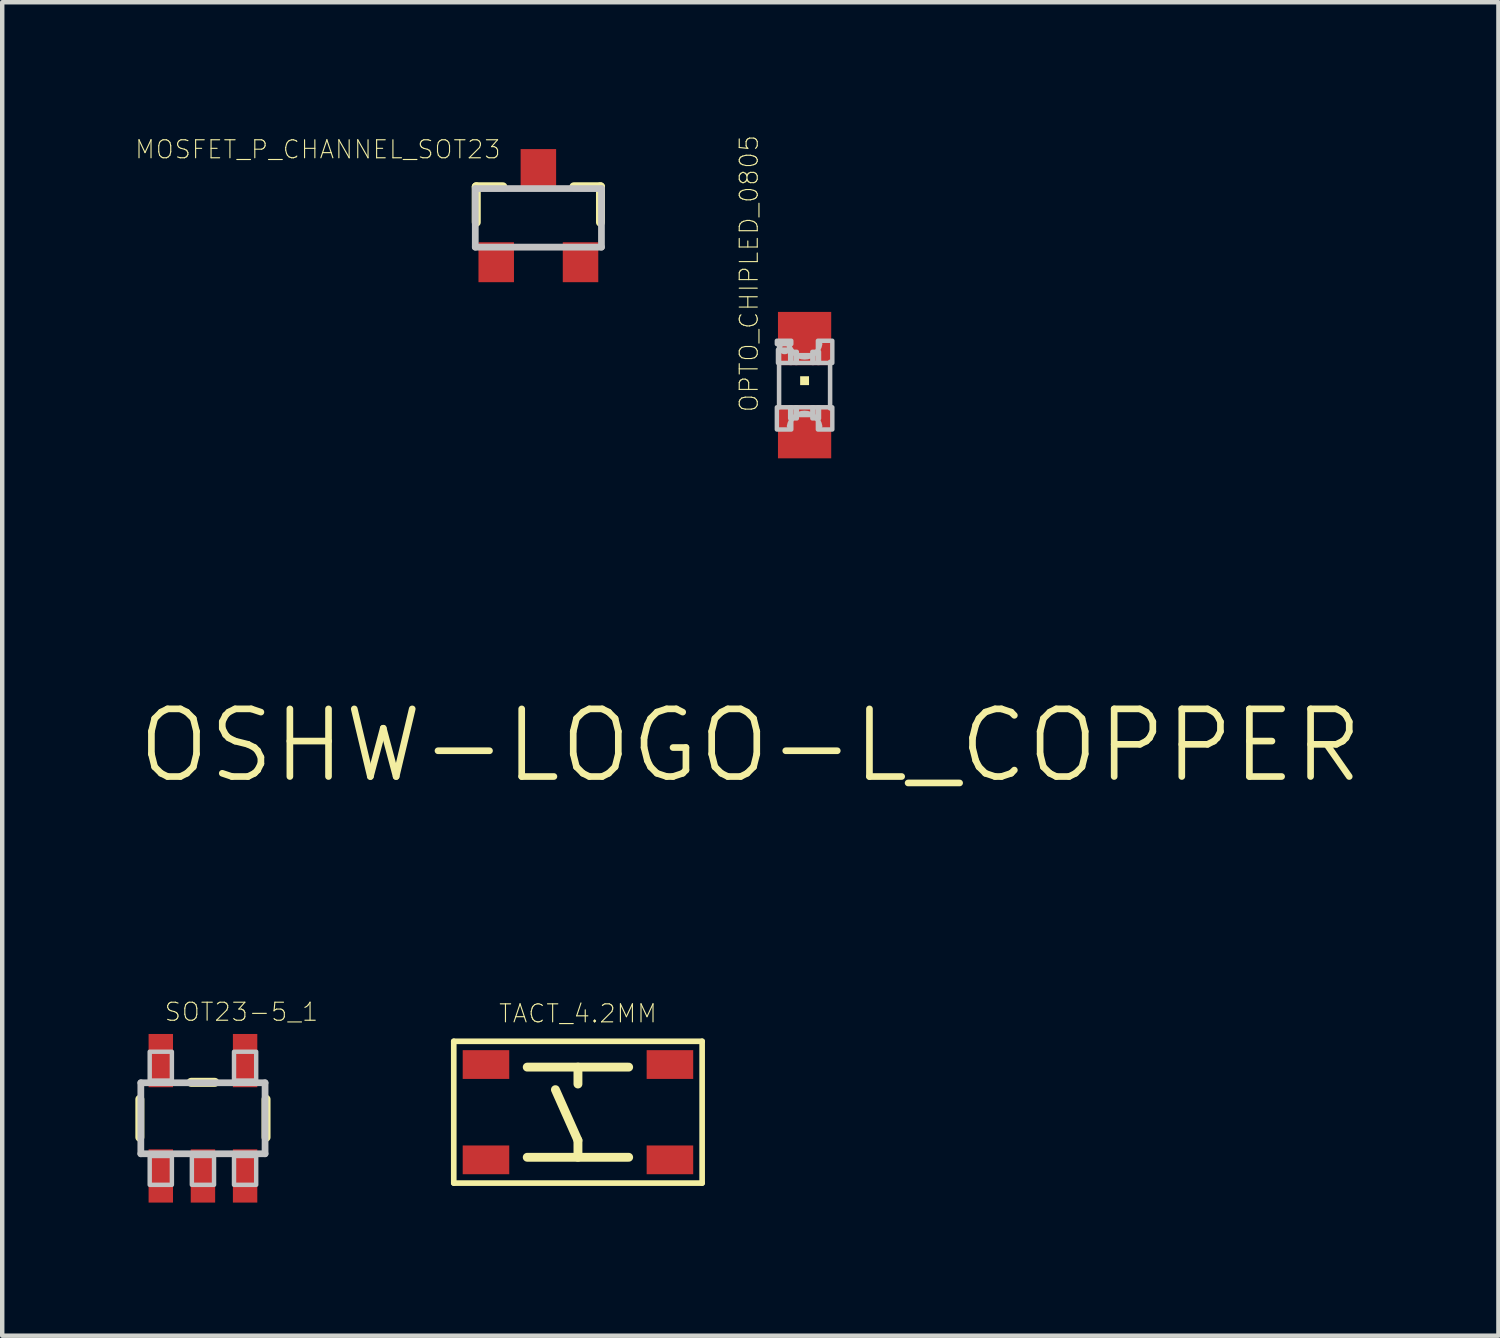
<source format=kicad_pcb>
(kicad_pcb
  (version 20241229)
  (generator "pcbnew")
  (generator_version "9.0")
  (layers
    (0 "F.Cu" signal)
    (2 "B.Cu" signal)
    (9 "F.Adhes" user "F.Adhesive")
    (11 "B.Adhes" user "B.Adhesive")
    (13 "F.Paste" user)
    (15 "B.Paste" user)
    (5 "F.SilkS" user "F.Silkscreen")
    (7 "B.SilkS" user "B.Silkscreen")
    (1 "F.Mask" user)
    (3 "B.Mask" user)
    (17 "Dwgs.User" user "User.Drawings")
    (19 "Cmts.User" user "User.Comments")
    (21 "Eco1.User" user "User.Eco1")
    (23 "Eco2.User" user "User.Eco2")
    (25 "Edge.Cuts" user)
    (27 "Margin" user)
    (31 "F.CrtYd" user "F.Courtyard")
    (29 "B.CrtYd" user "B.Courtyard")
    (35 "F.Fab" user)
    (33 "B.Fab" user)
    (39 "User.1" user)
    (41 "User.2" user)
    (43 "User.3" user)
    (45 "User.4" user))
  (footprint "OPTO_CHIPLED_0805"
    (layer "F.Cu")
    (at 15.084 5.63)
    (property "Reference" "OPTO_CHIPLED_0805" (at -1.016 0.635 90) (layer "F.SilkS") (effects (font (size 0.406 0.406) (thickness 0.025)) (justify left bottom)))
    (attr through_hole)
    (fp_poly (pts (xy -0.1 0) (xy 0.1 0) (xy 0.1 -0.2) (xy -0.1 -0.2)) (stroke (width 0) (type solid)) (fill yes) (layer "F.SilkS"))
    (fp_line (start -0.575 0.5) (end -0.575 -0.925) (stroke (width 0.102) (type solid)) (layer "Dwgs.User"))
    (fp_line (start 0.575 -0.525) (end 0.575 0.525) (stroke (width 0.102) (type solid)) (layer "Dwgs.User"))
    (fp_arc (start -0.35 0.925) (mid -0.000001 0.625027) (end 0.35 0.924998) (stroke (width 0.1016) (type solid)) (layer "Dwgs.User"))
    (fp_arc (start 0.35 -0.924998) (mid -0.000001 -0.625027) (end -0.35 -0.925) (stroke (width 0.1016) (type solid)) (layer "Dwgs.User"))
    (fp_circle (center -0.45 -0.85) (end -0.347 -0.85) (stroke (width 0.102) (type solid)) (fill no) (layer "Dwgs.User"))
    (fp_poly (pts (xy -0.625 -0.925) (xy -0.3 -0.925) (xy -0.3 -1) (xy -0.625 -1)) (stroke (width 0.1) (type solid)) (fill no) (layer "Dwgs.User"))
    (fp_poly (pts (xy -0.625 1) (xy -0.3 1) (xy -0.3 0.5) (xy -0.625 0.5)) (stroke (width 0.1) (type solid)) (fill no) (layer "Dwgs.User"))
    (fp_poly (pts (xy -0.6 -0.5) (xy -0.3 -0.5) (xy -0.3 -0.8) (xy -0.6 -0.8)) (stroke (width 0.1) (type solid)) (fill no) (layer "Dwgs.User"))
    (fp_poly (pts (xy -0.325 -0.5) (xy -0.175 -0.5) (xy -0.175 -0.75) (xy -0.325 -0.75)) (stroke (width 0.1) (type solid)) (fill no) (layer "Dwgs.User"))
    (fp_poly (pts (xy -0.325 0.75) (xy -0.175 0.75) (xy -0.175 0.5) (xy -0.325 0.5)) (stroke (width 0.1) (type solid)) (fill no) (layer "Dwgs.User"))
    (fp_poly (pts (xy -0.2 -0.5) (xy 0.2 -0.5) (xy 0.2 -0.675) (xy -0.2 -0.675)) (stroke (width 0.1) (type solid)) (fill no) (layer "Dwgs.User"))
    (fp_poly (pts (xy -0.2 0.675) (xy 0.2 0.675) (xy 0.2 0.5) (xy -0.2 0.5)) (stroke (width 0.1) (type solid)) (fill no) (layer "Dwgs.User"))
    (fp_poly (pts (xy 0.175 -0.5) (xy 0.325 -0.5) (xy 0.325 -0.75) (xy 0.175 -0.75)) (stroke (width 0.1) (type solid)) (fill no) (layer "Dwgs.User"))
    (fp_poly (pts (xy 0.175 0.75) (xy 0.325 0.75) (xy 0.325 0.5) (xy 0.175 0.5)) (stroke (width 0.1) (type solid)) (fill no) (layer "Dwgs.User"))
    (fp_poly (pts (xy 0.3 -0.5) (xy 0.625 -0.5) (xy 0.625 -1) (xy 0.3 -1)) (stroke (width 0.1) (type solid)) (fill no) (layer "Dwgs.User"))
    (fp_poly (pts (xy 0.3 1) (xy 0.625 1) (xy 0.625 0.5) (xy 0.3 0.5)) (stroke (width 0.1) (type solid)) (fill no) (layer "Dwgs.User"))
    (pad "A" smd rect (at 0 1.05) (size 1.2 1.2) (layers "F.Cu" "F.Mask" "F.Paste"))
    (pad "C" smd rect (at 0 -1.05) (size 1.2 1.2) (layers "F.Cu" "F.Mask" "F.Paste")))
  (footprint "MOSFET_P_CHANNEL_SOT23"
    (layer "F.Cu")
    (at 9.084 1.86)
    (property "Reference" "MOSFET_P_CHANNEL_SOT23" (at -0.826 -1.778 0) (layer "F.SilkS") (effects (font (size 0.406 0.406) (thickness 0.025)) (justify right top)))
    (attr through_hole)
    (fp_line (start -1.4 -0.7) (end -1.4 0.1) (stroke (width 0.203) (type solid)) (layer "F.SilkS"))
    (fp_line (start -0.8 -0.7) (end -1.4 -0.7) (stroke (width 0.203) (type solid)) (layer "F.SilkS"))
    (fp_line (start 0.8 -0.7) (end 1.4 -0.7) (stroke (width 0.203) (type solid)) (layer "F.SilkS"))
    (fp_line (start 1.4 -0.7) (end 1.4 0.1) (stroke (width 0.203) (type solid)) (layer "F.SilkS"))
    (fp_line (start -1.422 -0.66) (end 1.422 -0.66) (stroke (width 0.152) (type solid)) (layer "Dwgs.User"))
    (fp_line (start -1.422 0.66) (end -1.422 -0.66) (stroke (width 0.152) (type solid)) (layer "Dwgs.User"))
    (fp_line (start 1.422 -0.66) (end 1.422 0.66) (stroke (width 0.152) (type solid)) (layer "Dwgs.User"))
    (fp_line (start 1.422 0.66) (end -1.422 0.66) (stroke (width 0.152) (type solid)) (layer "Dwgs.User"))
    (pad "1" smd rect (at -0.95 1) (size 0.8 0.9) (layers "F.Cu" "F.Mask" "F.Paste"))
    (pad "2" smd rect (at 0.95 1) (size 0.8 0.9) (layers "F.Cu" "F.Mask" "F.Paste"))
    (pad "3" smd rect (at 0 -1.1) (size 0.8 0.9) (layers "F.Cu" "F.Mask" "F.Paste")))
  (footprint "OSHW-LOGO-L_COPPER"
    (layer "F.Cu")
    (at 13.861 13.754)
    (property "Reference" "OSHW-LOGO-L_COPPER" (at 0 0 0) (layer "F.SilkS") (effects (font (size 1.524 1.524) (thickness 0.15))))
    (attr through_hole)
    (fp_poly (pts (xy 0.921 2.223) (xy 1.275 2.041) (xy 2.155 2.758) (xy 2.758 2.155) (xy 2.041 1.275) (xy 2.345 0.541) (xy 3.474 0.426) (xy 3.474 -0.426) (xy 2.345 -0.541) (xy 2.041 -1.275) (xy 2.758 -2.155) (xy 2.155 -2.758) (xy 1.275 -2.041) (xy 0.541 -2.345) (xy 0.426 -3.474) (xy -0.426 -3.474) (xy -0.541 -2.345) (xy -1.275 -2.041) (xy -2.155 -2.758) (xy -2.758 -2.155) (xy -2.041 -1.275) (xy -2.345 -0.541) (xy -3.474 -0.426) (xy -3.474 0.426) (xy -2.345 0.541) (xy -2.041 1.275) (xy -2.758 2.155) (xy -2.155 2.758) (xy -1.275 2.041) (xy -0.921 2.223) (xy -0.419 1.01) (xy -1.094 0) (xy 0.419 1.01)) (stroke (width 0) (type solid)) (fill yes) (layer "F.Mask")))
  (footprint "SOT23-5_1"
    (layer "F.Cu")
    (at 1.524 22.154)
    (property "Reference" "SOT23-5_1" (at -0.889 -2.159 0) (layer "F.SilkS") (effects (font (size 0.406 0.406) (thickness 0.025)) (justify left bottom)))
    (attr through_hole)
    (fp_line (start -1.422 0.429) (end -1.422 -0.429) (stroke (width 0.203) (type solid)) (layer "F.SilkS"))
    (fp_line (start -0.268 -0.81) (end 0.268 -0.81) (stroke (width 0.203) (type solid)) (layer "F.SilkS"))
    (fp_line (start 1.422 -0.429) (end 1.422 0.429) (stroke (width 0.203) (type solid)) (layer "F.SilkS"))
    (fp_line (start -1.4 -0.8) (end -1.4 0.8) (stroke (width 0.152) (type solid)) (layer "Dwgs.User"))
    (fp_line (start -1.4 -0.8) (end 1.4 -0.8) (stroke (width 0.152) (type solid)) (layer "Dwgs.User"))
    (fp_line (start 1.4 -0.8) (end 1.4 0.8) (stroke (width 0.152) (type solid)) (layer "Dwgs.User"))
    (fp_line (start 1.4 0.8) (end -1.4 0.8) (stroke (width 0.152) (type solid)) (layer "Dwgs.User"))
    (fp_poly (pts (xy -1.2 -0.85) (xy -0.7 -0.85) (xy -0.7 -1.5) (xy -1.2 -1.5)) (stroke (width 0.1) (type solid)) (fill no) (layer "Dwgs.User"))
    (fp_poly (pts (xy -1.2 1.5) (xy -0.7 1.5) (xy -0.7 0.85) (xy -1.2 0.85)) (stroke (width 0.1) (type solid)) (fill no) (layer "Dwgs.User"))
    (fp_poly (pts (xy -0.25 1.5) (xy 0.25 1.5) (xy 0.25 0.85) (xy -0.25 0.85)) (stroke (width 0.1) (type solid)) (fill no) (layer "Dwgs.User"))
    (fp_poly (pts (xy 0.7 -0.85) (xy 1.2 -0.85) (xy 1.2 -1.5) (xy 0.7 -1.5)) (stroke (width 0.1) (type solid)) (fill no) (layer "Dwgs.User"))
    (fp_poly (pts (xy 0.7 1.5) (xy 1.2 1.5) (xy 1.2 0.85) (xy 0.7 0.85)) (stroke (width 0.1) (type solid)) (fill no) (layer "Dwgs.User"))
    (pad "1" smd rect (at -0.95 1.3) (size 0.55 1.2) (layers "F.Cu" "F.Mask" "F.Paste"))
    (pad "2" smd rect (at 0 1.3) (size 0.55 1.2) (layers "F.Cu" "F.Mask" "F.Paste"))
    (pad "3" smd rect (at 0.95 1.3) (size 0.55 1.2) (layers "F.Cu" "F.Mask" "F.Paste"))
    (pad "4" smd rect (at 0.95 -1.3) (size 0.55 1.2) (layers "F.Cu" "F.Mask" "F.Paste"))
    (pad "5" smd rect (at -0.95 -1.3) (size 0.55 1.2) (layers "F.Cu" "F.Mask" "F.Paste")))
  (footprint "TACT_4.2MM"
    (layer "F.Cu")
    (at 9.976 22.017)
    (property "Reference" "TACT_4.2MM" (at 0 -2.223 0) (layer "F.SilkS") (effects (font (size 0.406 0.406) (thickness 0.025))))
    (attr smd)
    (fp_line (start -2.799 -1.598) (end 2.799 -1.598) (stroke (width 0.127) (type solid)) (layer "F.SilkS"))
    (fp_line (start -2.799 1.598) (end -2.799 -1.598) (stroke (width 0.127) (type solid)) (layer "F.SilkS"))
    (fp_line (start -1.143 -1.016) (end 1.143 -1.016) (stroke (width 0.2) (type solid)) (layer "F.SilkS"))
    (fp_line (start -1.143 1.016) (end 1.143 1.016) (stroke (width 0.2) (type solid)) (layer "F.SilkS"))
    (fp_line (start -0.508 -0.508) (end 0 0.635) (stroke (width 0.2) (type solid)) (layer "F.SilkS"))
    (fp_line (start 0 -0.635) (end 0 -1.016) (stroke (width 0.2) (type solid)) (layer "F.SilkS"))
    (fp_line (start 0 0.635) (end 0 1.016) (stroke (width 0.2) (type solid)) (layer "F.SilkS"))
    (fp_line (start 2.799 -1.598) (end 2.799 1.598) (stroke (width 0.127) (type solid)) (layer "F.SilkS"))
    (fp_line (start 2.799 1.598) (end -2.799 1.598) (stroke (width 0.127) (type solid)) (layer "F.SilkS"))
    (pad "P$1" smd rect (at -2.073 -1.074 90) (size 0.648 1.049) (layers "F.Cu" "F.Mask" "F.Paste"))
    (pad "P$2" smd rect (at 2.073 -1.074 90) (size 0.648 1.049) (layers "F.Cu" "F.Mask" "F.Paste"))
    (pad "P$3" smd rect (at -2.073 1.074 90) (size 0.648 1.049) (layers "F.Cu" "F.Mask" "F.Paste"))
    (pad "P$4" smd rect (at 2.073 1.074 90) (size 0.648 1.049) (layers "F.Cu" "F.Mask" "F.Paste")))
  (gr_rect
    (start -3 -3)
    (end 30.722 27.054)
    (stroke (width 0.1) (type default))
    (fill no)
    (layer "Edge.Cuts")))
</source>
